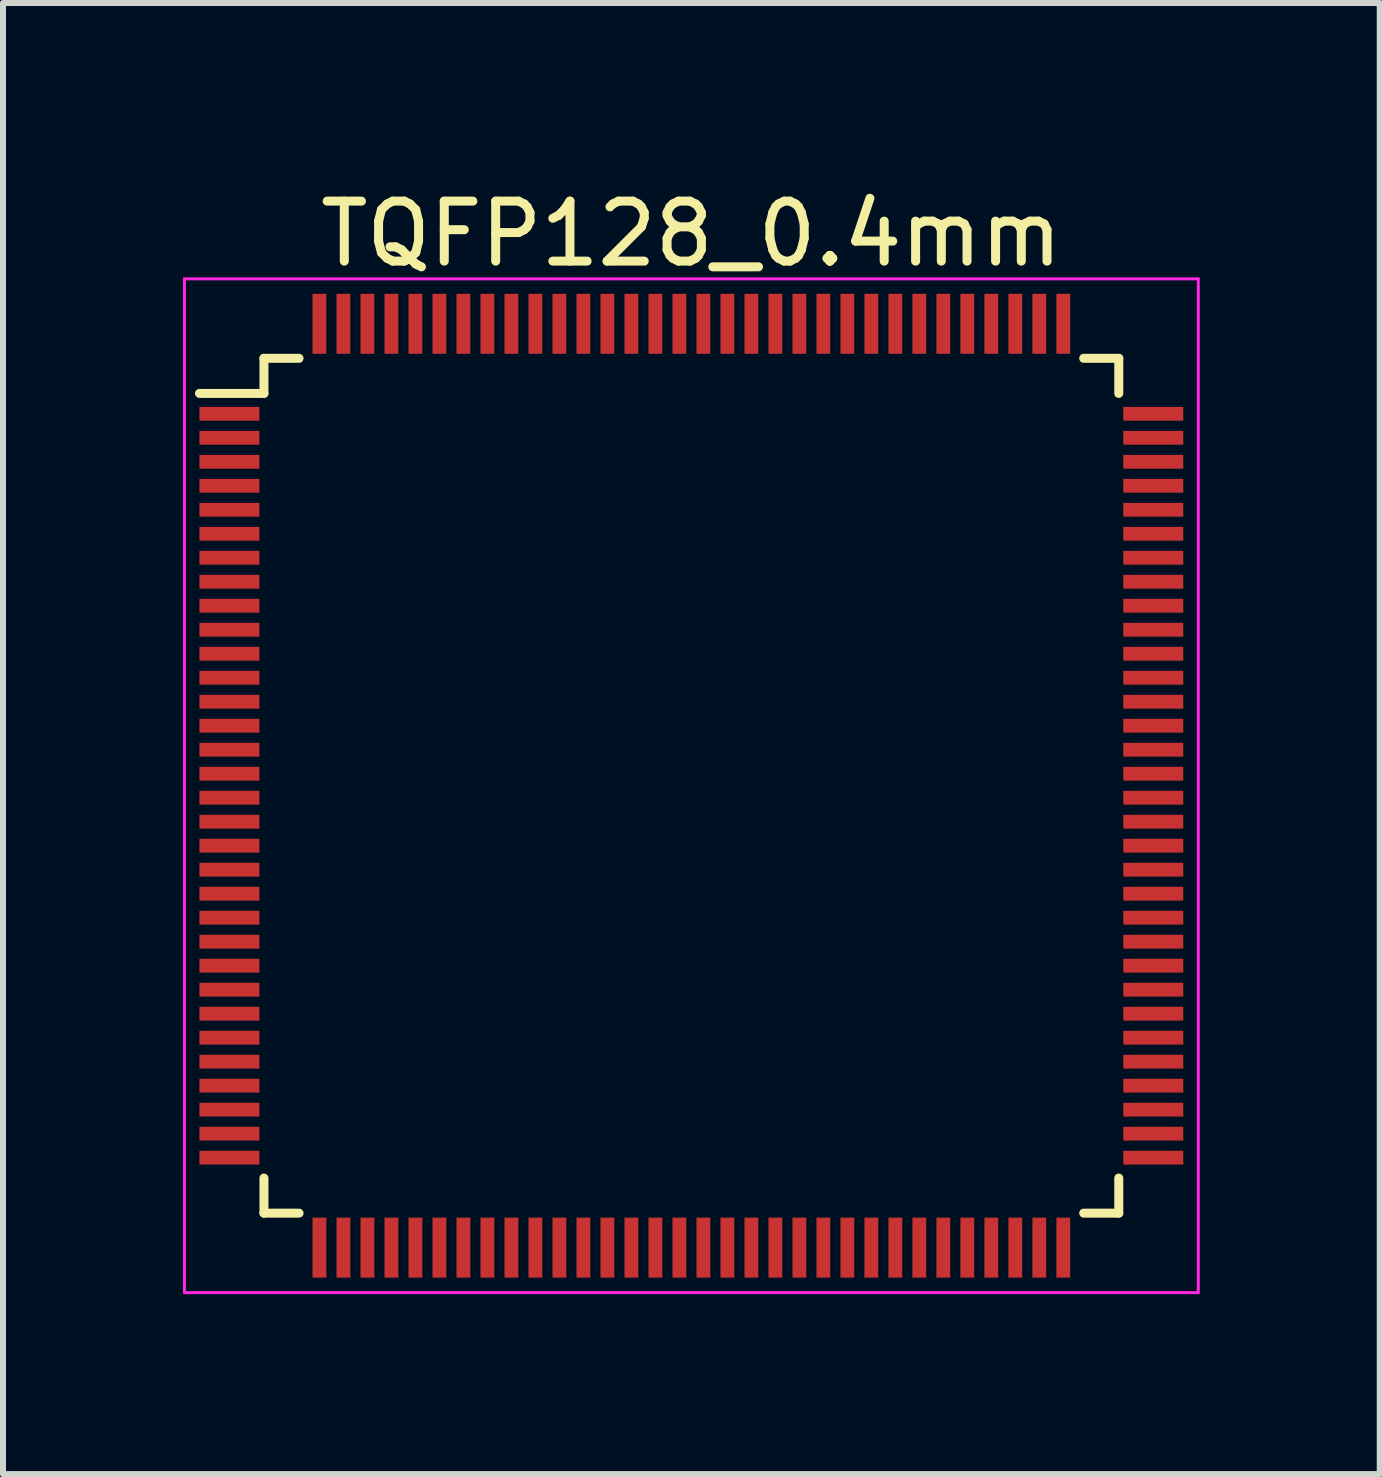
<source format=kicad_pcb>
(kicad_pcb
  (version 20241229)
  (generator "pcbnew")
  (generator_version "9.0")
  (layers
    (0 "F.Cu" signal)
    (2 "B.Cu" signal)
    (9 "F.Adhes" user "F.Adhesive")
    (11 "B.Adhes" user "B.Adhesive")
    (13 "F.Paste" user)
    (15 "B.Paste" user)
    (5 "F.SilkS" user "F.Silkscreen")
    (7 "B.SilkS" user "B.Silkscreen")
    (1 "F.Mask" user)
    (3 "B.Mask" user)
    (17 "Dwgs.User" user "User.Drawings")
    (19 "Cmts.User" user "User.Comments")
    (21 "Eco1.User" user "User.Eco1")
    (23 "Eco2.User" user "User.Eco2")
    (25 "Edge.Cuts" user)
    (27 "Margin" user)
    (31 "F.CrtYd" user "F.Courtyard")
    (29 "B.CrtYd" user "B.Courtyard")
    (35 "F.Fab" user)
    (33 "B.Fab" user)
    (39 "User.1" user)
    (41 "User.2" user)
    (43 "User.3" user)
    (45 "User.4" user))
  (footprint "TQFP128_0.4mm"
    (layer "F.Cu")
    (at 8.475 10.048)
    (property "Reference" "TQFP128_0.4mm" (at 0 -9.2 0) (layer "F.SilkS") (effects (font (size 1 1) (thickness 0.15))))
    (attr smd)
    (fp_line (start -7.125 -7.125) (end -7.125 -6.54) (stroke (width 0.15) (type solid)) (layer "F.SilkS"))
    (fp_line (start -7.125 -7.125) (end -6.54 -7.125) (stroke (width 0.15) (type solid)) (layer "F.SilkS"))
    (fp_line (start -7.125 -6.54) (end -8.2 -6.54) (stroke (width 0.15) (type solid)) (layer "F.SilkS"))
    (fp_line (start -7.125 7.125) (end -7.125 6.54) (stroke (width 0.15) (type solid)) (layer "F.SilkS"))
    (fp_line (start -7.125 7.125) (end -6.54 7.125) (stroke (width 0.15) (type solid)) (layer "F.SilkS"))
    (fp_line (start 7.125 -7.125) (end 6.54 -7.125) (stroke (width 0.15) (type solid)) (layer "F.SilkS"))
    (fp_line (start 7.125 -7.125) (end 7.125 -6.54) (stroke (width 0.15) (type solid)) (layer "F.SilkS"))
    (fp_line (start 7.125 7.125) (end 6.54 7.125) (stroke (width 0.15) (type solid)) (layer "F.SilkS"))
    (fp_line (start 7.125 7.125) (end 7.125 6.54) (stroke (width 0.15) (type solid)) (layer "F.SilkS"))
    (fp_line (start -8.45 -8.45) (end -8.45 8.45) (stroke (width 0.05) (type solid)) (layer "F.CrtYd"))
    (fp_line (start -8.45 -8.45) (end 8.45 -8.45) (stroke (width 0.05) (type solid)) (layer "F.CrtYd"))
    (fp_line (start -8.45 8.45) (end 8.45 8.45) (stroke (width 0.05) (type solid)) (layer "F.CrtYd"))
    (fp_line (start 8.45 -8.45) (end 8.45 8.45) (stroke (width 0.05) (type solid)) (layer "F.CrtYd"))
    (pad "1" smd rect (at -7.7 -6.2) (size 1 0.23) (layers "F.Cu" "F.Mask" "F.Paste"))
    (pad "2" smd rect (at -7.7 -5.8) (size 1 0.23) (layers "F.Cu" "F.Mask" "F.Paste"))
    (pad "3" smd rect (at -7.7 -5.4) (size 1 0.23) (layers "F.Cu" "F.Mask" "F.Paste"))
    (pad "4" smd rect (at -7.7 -5) (size 1 0.23) (layers "F.Cu" "F.Mask" "F.Paste"))
    (pad "5" smd rect (at -7.7 -4.6) (size 1 0.23) (layers "F.Cu" "F.Mask" "F.Paste"))
    (pad "6" smd rect (at -7.7 -4.2) (size 1 0.23) (layers "F.Cu" "F.Mask" "F.Paste"))
    (pad "7" smd rect (at -7.7 -3.8) (size 1 0.23) (layers "F.Cu" "F.Mask" "F.Paste"))
    (pad "8" smd rect (at -7.7 -3.4) (size 1 0.23) (layers "F.Cu" "F.Mask" "F.Paste"))
    (pad "9" smd rect (at -7.7 -3) (size 1 0.23) (layers "F.Cu" "F.Mask" "F.Paste"))
    (pad "10" smd rect (at -7.7 -2.6) (size 1 0.23) (layers "F.Cu" "F.Mask" "F.Paste"))
    (pad "11" smd rect (at -7.7 -2.2) (size 1 0.23) (layers "F.Cu" "F.Mask" "F.Paste"))
    (pad "12" smd rect (at -7.7 -1.8) (size 1 0.23) (layers "F.Cu" "F.Mask" "F.Paste"))
    (pad "13" smd rect (at -7.7 -1.4) (size 1 0.23) (layers "F.Cu" "F.Mask" "F.Paste"))
    (pad "14" smd rect (at -7.7 -1) (size 1 0.23) (layers "F.Cu" "F.Mask" "F.Paste"))
    (pad "15" smd rect (at -7.7 -0.6) (size 1 0.23) (layers "F.Cu" "F.Mask" "F.Paste"))
    (pad "16" smd rect (at -7.7 -0.2) (size 1 0.23) (layers "F.Cu" "F.Mask" "F.Paste"))
    (pad "17" smd rect (at -7.7 0.2) (size 1 0.23) (layers "F.Cu" "F.Mask" "F.Paste"))
    (pad "18" smd rect (at -7.7 0.6) (size 1 0.23) (layers "F.Cu" "F.Mask" "F.Paste"))
    (pad "19" smd rect (at -7.7 1) (size 1 0.23) (layers "F.Cu" "F.Mask" "F.Paste"))
    (pad "20" smd rect (at -7.7 1.4) (size 1 0.23) (layers "F.Cu" "F.Mask" "F.Paste"))
    (pad "21" smd rect (at -7.7 1.8) (size 1 0.23) (layers "F.Cu" "F.Mask" "F.Paste"))
    (pad "22" smd rect (at -7.7 2.2) (size 1 0.23) (layers "F.Cu" "F.Mask" "F.Paste"))
    (pad "23" smd rect (at -7.7 2.6) (size 1 0.23) (layers "F.Cu" "F.Mask" "F.Paste"))
    (pad "24" smd rect (at -7.7 3) (size 1 0.23) (layers "F.Cu" "F.Mask" "F.Paste"))
    (pad "25" smd rect (at -7.7 3.4) (size 1 0.23) (layers "F.Cu" "F.Mask" "F.Paste"))
    (pad "26" smd rect (at -7.7 3.8) (size 1 0.23) (layers "F.Cu" "F.Mask" "F.Paste"))
    (pad "27" smd rect (at -7.7 4.2) (size 1 0.23) (layers "F.Cu" "F.Mask" "F.Paste"))
    (pad "28" smd rect (at -7.7 4.6) (size 1 0.23) (layers "F.Cu" "F.Mask" "F.Paste"))
    (pad "29" smd rect (at -7.7 5) (size 1 0.23) (layers "F.Cu" "F.Mask" "F.Paste"))
    (pad "30" smd rect (at -7.7 5.4) (size 1 0.23) (layers "F.Cu" "F.Mask" "F.Paste"))
    (pad "31" smd rect (at -7.7 5.8) (size 1 0.23) (layers "F.Cu" "F.Mask" "F.Paste"))
    (pad "32" smd rect (at -7.7 6.2) (size 1 0.23) (layers "F.Cu" "F.Mask" "F.Paste"))
    (pad "33" smd rect (at -6.2 7.7 90) (size 1 0.23) (layers "F.Cu" "F.Mask" "F.Paste"))
    (pad "34" smd rect (at -5.8 7.7 90) (size 1 0.23) (layers "F.Cu" "F.Mask" "F.Paste"))
    (pad "35" smd rect (at -5.4 7.7 90) (size 1 0.23) (layers "F.Cu" "F.Mask" "F.Paste"))
    (pad "36" smd rect (at -5 7.7 90) (size 1 0.23) (layers "F.Cu" "F.Mask" "F.Paste"))
    (pad "37" smd rect (at -4.6 7.7 90) (size 1 0.23) (layers "F.Cu" "F.Mask" "F.Paste"))
    (pad "38" smd rect (at -4.2 7.7 90) (size 1 0.23) (layers "F.Cu" "F.Mask" "F.Paste"))
    (pad "39" smd rect (at -3.8 7.7 90) (size 1 0.23) (layers "F.Cu" "F.Mask" "F.Paste"))
    (pad "40" smd rect (at -3.4 7.7 90) (size 1 0.23) (layers "F.Cu" "F.Mask" "F.Paste"))
    (pad "41" smd rect (at -3 7.7 90) (size 1 0.23) (layers "F.Cu" "F.Mask" "F.Paste"))
    (pad "42" smd rect (at -2.6 7.7 90) (size 1 0.23) (layers "F.Cu" "F.Mask" "F.Paste"))
    (pad "43" smd rect (at -2.2 7.7 90) (size 1 0.23) (layers "F.Cu" "F.Mask" "F.Paste"))
    (pad "44" smd rect (at -1.8 7.7 90) (size 1 0.23) (layers "F.Cu" "F.Mask" "F.Paste"))
    (pad "45" smd rect (at -1.4 7.7 90) (size 1 0.23) (layers "F.Cu" "F.Mask" "F.Paste"))
    (pad "46" smd rect (at -1 7.7 90) (size 1 0.23) (layers "F.Cu" "F.Mask" "F.Paste"))
    (pad "47" smd rect (at -0.6 7.7 90) (size 1 0.23) (layers "F.Cu" "F.Mask" "F.Paste"))
    (pad "48" smd rect (at -0.2 7.7 90) (size 1 0.23) (layers "F.Cu" "F.Mask" "F.Paste"))
    (pad "49" smd rect (at 0.2 7.7 90) (size 1 0.23) (layers "F.Cu" "F.Mask" "F.Paste"))
    (pad "50" smd rect (at 0.6 7.7 90) (size 1 0.23) (layers "F.Cu" "F.Mask" "F.Paste"))
    (pad "51" smd rect (at 1 7.7 90) (size 1 0.23) (layers "F.Cu" "F.Mask" "F.Paste"))
    (pad "52" smd rect (at 1.4 7.7 90) (size 1 0.23) (layers "F.Cu" "F.Mask" "F.Paste"))
    (pad "53" smd rect (at 1.8 7.7 90) (size 1 0.23) (layers "F.Cu" "F.Mask" "F.Paste"))
    (pad "54" smd rect (at 2.2 7.7 90) (size 1 0.23) (layers "F.Cu" "F.Mask" "F.Paste"))
    (pad "55" smd rect (at 2.6 7.7 90) (size 1 0.23) (layers "F.Cu" "F.Mask" "F.Paste"))
    (pad "56" smd rect (at 3 7.7 90) (size 1 0.23) (layers "F.Cu" "F.Mask" "F.Paste"))
    (pad "57" smd rect (at 3.4 7.7 90) (size 1 0.23) (layers "F.Cu" "F.Mask" "F.Paste"))
    (pad "58" smd rect (at 3.8 7.7 90) (size 1 0.23) (layers "F.Cu" "F.Mask" "F.Paste"))
    (pad "59" smd rect (at 4.2 7.7 90) (size 1 0.23) (layers "F.Cu" "F.Mask" "F.Paste"))
    (pad "60" smd rect (at 4.6 7.7 90) (size 1 0.23) (layers "F.Cu" "F.Mask" "F.Paste"))
    (pad "61" smd rect (at 5 7.7 90) (size 1 0.23) (layers "F.Cu" "F.Mask" "F.Paste"))
    (pad "62" smd rect (at 5.4 7.7 90) (size 1 0.23) (layers "F.Cu" "F.Mask" "F.Paste"))
    (pad "63" smd rect (at 5.8 7.7 90) (size 1 0.23) (layers "F.Cu" "F.Mask" "F.Paste"))
    (pad "64" smd rect (at 6.2 7.7 90) (size 1 0.23) (layers "F.Cu" "F.Mask" "F.Paste"))
    (pad "65" smd rect (at 7.7 6.2) (size 1 0.23) (layers "F.Cu" "F.Mask" "F.Paste"))
    (pad "66" smd rect (at 7.7 5.8) (size 1 0.23) (layers "F.Cu" "F.Mask" "F.Paste"))
    (pad "67" smd rect (at 7.7 5.4) (size 1 0.23) (layers "F.Cu" "F.Mask" "F.Paste"))
    (pad "68" smd rect (at 7.7 5) (size 1 0.23) (layers "F.Cu" "F.Mask" "F.Paste"))
    (pad "69" smd rect (at 7.7 4.6) (size 1 0.23) (layers "F.Cu" "F.Mask" "F.Paste"))
    (pad "70" smd rect (at 7.7 4.2) (size 1 0.23) (layers "F.Cu" "F.Mask" "F.Paste"))
    (pad "71" smd rect (at 7.7 3.8) (size 1 0.23) (layers "F.Cu" "F.Mask" "F.Paste"))
    (pad "72" smd rect (at 7.7 3.4) (size 1 0.23) (layers "F.Cu" "F.Mask" "F.Paste"))
    (pad "73" smd rect (at 7.7 3) (size 1 0.23) (layers "F.Cu" "F.Mask" "F.Paste"))
    (pad "74" smd rect (at 7.7 2.6) (size 1 0.23) (layers "F.Cu" "F.Mask" "F.Paste"))
    (pad "75" smd rect (at 7.7 2.2) (size 1 0.23) (layers "F.Cu" "F.Mask" "F.Paste"))
    (pad "76" smd rect (at 7.7 1.8) (size 1 0.23) (layers "F.Cu" "F.Mask" "F.Paste"))
    (pad "77" smd rect (at 7.7 1.4) (size 1 0.23) (layers "F.Cu" "F.Mask" "F.Paste"))
    (pad "78" smd rect (at 7.7 1) (size 1 0.23) (layers "F.Cu" "F.Mask" "F.Paste"))
    (pad "79" smd rect (at 7.7 0.6) (size 1 0.23) (layers "F.Cu" "F.Mask" "F.Paste"))
    (pad "80" smd rect (at 7.7 0.2) (size 1 0.23) (layers "F.Cu" "F.Mask" "F.Paste"))
    (pad "81" smd rect (at 7.7 -0.2) (size 1 0.23) (layers "F.Cu" "F.Mask" "F.Paste"))
    (pad "82" smd rect (at 7.7 -0.6) (size 1 0.23) (layers "F.Cu" "F.Mask" "F.Paste"))
    (pad "83" smd rect (at 7.7 -1) (size 1 0.23) (layers "F.Cu" "F.Mask" "F.Paste"))
    (pad "84" smd rect (at 7.7 -1.4) (size 1 0.23) (layers "F.Cu" "F.Mask" "F.Paste"))
    (pad "85" smd rect (at 7.7 -1.8) (size 1 0.23) (layers "F.Cu" "F.Mask" "F.Paste"))
    (pad "86" smd rect (at 7.7 -2.2) (size 1 0.23) (layers "F.Cu" "F.Mask" "F.Paste"))
    (pad "87" smd rect (at 7.7 -2.6) (size 1 0.23) (layers "F.Cu" "F.Mask" "F.Paste"))
    (pad "88" smd rect (at 7.7 -3) (size 1 0.23) (layers "F.Cu" "F.Mask" "F.Paste"))
    (pad "89" smd rect (at 7.7 -3.4) (size 1 0.23) (layers "F.Cu" "F.Mask" "F.Paste"))
    (pad "90" smd rect (at 7.7 -3.8) (size 1 0.23) (layers "F.Cu" "F.Mask" "F.Paste"))
    (pad "91" smd rect (at 7.7 -4.2) (size 1 0.23) (layers "F.Cu" "F.Mask" "F.Paste"))
    (pad "92" smd rect (at 7.7 -4.6) (size 1 0.23) (layers "F.Cu" "F.Mask" "F.Paste"))
    (pad "93" smd rect (at 7.7 -5) (size 1 0.23) (layers "F.Cu" "F.Mask" "F.Paste"))
    (pad "94" smd rect (at 7.7 -5.4) (size 1 0.23) (layers "F.Cu" "F.Mask" "F.Paste"))
    (pad "95" smd rect (at 7.7 -5.8) (size 1 0.23) (layers "F.Cu" "F.Mask" "F.Paste"))
    (pad "96" smd rect (at 7.7 -6.2) (size 1 0.23) (layers "F.Cu" "F.Mask" "F.Paste"))
    (pad "97" smd rect (at 6.2 -7.7 90) (size 1 0.23) (layers "F.Cu" "F.Mask" "F.Paste"))
    (pad "98" smd rect (at 5.8 -7.7 90) (size 1 0.23) (layers "F.Cu" "F.Mask" "F.Paste"))
    (pad "99" smd rect (at 5.4 -7.7 90) (size 1 0.23) (layers "F.Cu" "F.Mask" "F.Paste"))
    (pad "100" smd rect (at 5 -7.7 90) (size 1 0.23) (layers "F.Cu" "F.Mask" "F.Paste"))
    (pad "101" smd rect (at 4.6 -7.7 90) (size 1 0.23) (layers "F.Cu" "F.Mask" "F.Paste"))
    (pad "102" smd rect (at 4.2 -7.7 90) (size 1 0.23) (layers "F.Cu" "F.Mask" "F.Paste"))
    (pad "103" smd rect (at 3.8 -7.7 90) (size 1 0.23) (layers "F.Cu" "F.Mask" "F.Paste"))
    (pad "104" smd rect (at 3.4 -7.7 90) (size 1 0.23) (layers "F.Cu" "F.Mask" "F.Paste"))
    (pad "105" smd rect (at 3 -7.7 90) (size 1 0.23) (layers "F.Cu" "F.Mask" "F.Paste"))
    (pad "106" smd rect (at 2.6 -7.7 90) (size 1 0.23) (layers "F.Cu" "F.Mask" "F.Paste"))
    (pad "107" smd rect (at 2.2 -7.7 90) (size 1 0.23) (layers "F.Cu" "F.Mask" "F.Paste"))
    (pad "108" smd rect (at 1.8 -7.7 90) (size 1 0.23) (layers "F.Cu" "F.Mask" "F.Paste"))
    (pad "109" smd rect (at 1.4 -7.7 90) (size 1 0.23) (layers "F.Cu" "F.Mask" "F.Paste"))
    (pad "110" smd rect (at 1 -7.7 90) (size 1 0.23) (layers "F.Cu" "F.Mask" "F.Paste"))
    (pad "111" smd rect (at 0.6 -7.7 90) (size 1 0.23) (layers "F.Cu" "F.Mask" "F.Paste"))
    (pad "112" smd rect (at 0.2 -7.7 90) (size 1 0.23) (layers "F.Cu" "F.Mask" "F.Paste"))
    (pad "113" smd rect (at -0.2 -7.7 90) (size 1 0.23) (layers "F.Cu" "F.Mask" "F.Paste"))
    (pad "114" smd rect (at -0.6 -7.7 90) (size 1 0.23) (layers "F.Cu" "F.Mask" "F.Paste"))
    (pad "115" smd rect (at -1 -7.7 90) (size 1 0.23) (layers "F.Cu" "F.Mask" "F.Paste"))
    (pad "116" smd rect (at -1.4 -7.7 90) (size 1 0.23) (layers "F.Cu" "F.Mask" "F.Paste"))
    (pad "117" smd rect (at -1.8 -7.7 90) (size 1 0.23) (layers "F.Cu" "F.Mask" "F.Paste"))
    (pad "118" smd rect (at -2.2 -7.7 90) (size 1 0.23) (layers "F.Cu" "F.Mask" "F.Paste"))
    (pad "119" smd rect (at -2.6 -7.7 90) (size 1 0.23) (layers "F.Cu" "F.Mask" "F.Paste"))
    (pad "120" smd rect (at -3 -7.7 90) (size 1 0.23) (layers "F.Cu" "F.Mask" "F.Paste"))
    (pad "121" smd rect (at -3.4 -7.7 90) (size 1 0.23) (layers "F.Cu" "F.Mask" "F.Paste"))
    (pad "122" smd rect (at -3.8 -7.7 90) (size 1 0.23) (layers "F.Cu" "F.Mask" "F.Paste"))
    (pad "123" smd rect (at -4.2 -7.7 90) (size 1 0.23) (layers "F.Cu" "F.Mask" "F.Paste"))
    (pad "124" smd rect (at -4.6 -7.7 90) (size 1 0.23) (layers "F.Cu" "F.Mask" "F.Paste"))
    (pad "125" smd rect (at -5 -7.7 90) (size 1 0.23) (layers "F.Cu" "F.Mask" "F.Paste"))
    (pad "126" smd rect (at -5.4 -7.7 90) (size 1 0.23) (layers "F.Cu" "F.Mask" "F.Paste"))
    (pad "127" smd rect (at -5.8 -7.7 90) (size 1 0.23) (layers "F.Cu" "F.Mask" "F.Paste"))
    (pad "128" smd rect (at -6.2 -7.7 90) (size 1 0.23) (layers "F.Cu" "F.Mask" "F.Paste")))
  (gr_rect
    (start -3 -3)
    (end 19.95 21.523)
    (stroke (width 0.1) (type default))
    (fill no)
    (layer "Edge.Cuts")))
</source>
